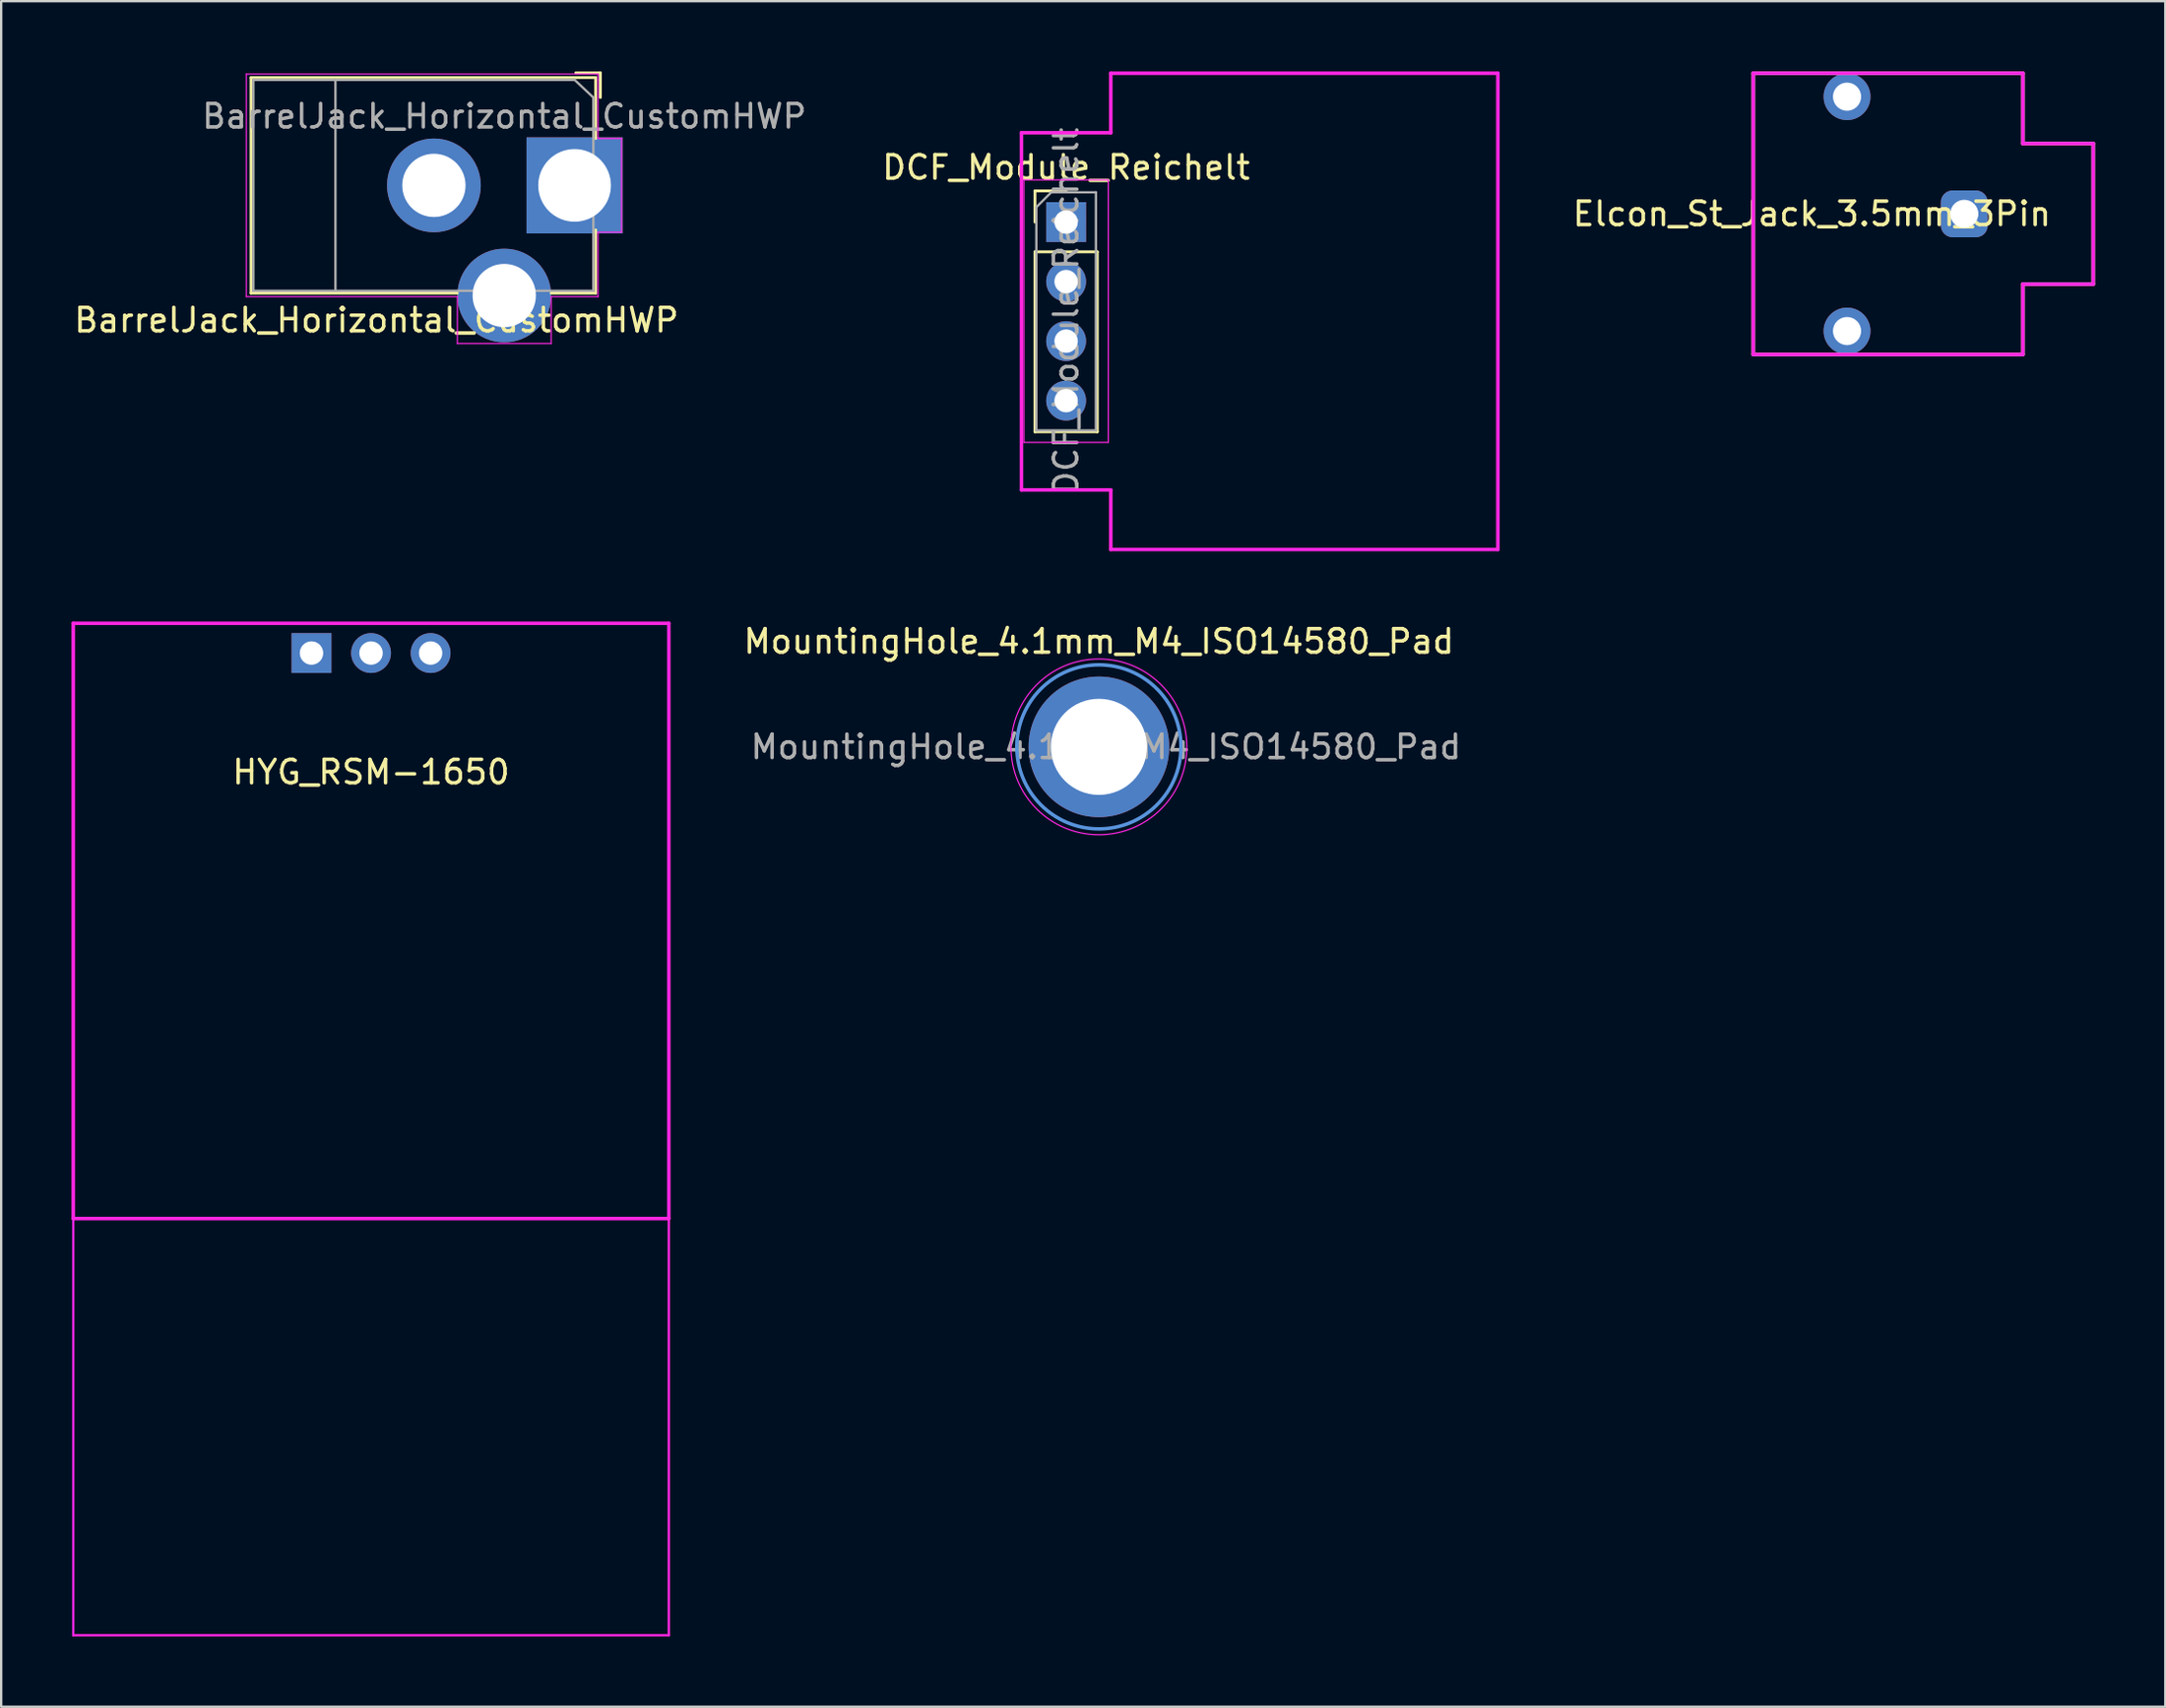
<source format=kicad_pcb>
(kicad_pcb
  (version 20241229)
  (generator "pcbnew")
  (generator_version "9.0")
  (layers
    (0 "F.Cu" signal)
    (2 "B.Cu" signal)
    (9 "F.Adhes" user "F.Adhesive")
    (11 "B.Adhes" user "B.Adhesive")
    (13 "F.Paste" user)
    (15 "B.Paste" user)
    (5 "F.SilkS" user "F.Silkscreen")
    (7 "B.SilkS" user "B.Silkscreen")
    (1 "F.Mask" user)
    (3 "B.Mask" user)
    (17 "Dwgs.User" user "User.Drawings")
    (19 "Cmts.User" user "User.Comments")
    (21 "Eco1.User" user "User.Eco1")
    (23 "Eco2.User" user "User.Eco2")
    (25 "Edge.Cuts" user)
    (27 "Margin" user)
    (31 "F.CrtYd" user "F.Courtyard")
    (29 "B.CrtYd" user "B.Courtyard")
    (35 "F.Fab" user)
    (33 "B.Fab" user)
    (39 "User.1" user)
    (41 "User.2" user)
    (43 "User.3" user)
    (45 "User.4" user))
  (footprint "BarrelJack_Horizontal_CustomHWP"
    (layer "F.Cu")
    (at 21.456 4.86)
    (property "Reference" "BarrelJack_Horizontal_CustomHWP" (at -8.45 5.75 0) (layer "F.SilkS") (effects (font (size 1 1) (thickness 0.15))))
    (attr through_hole)
    (fp_line (start -13.8 -4.6) (end 0.9 -4.6) (stroke (width 0.12) (type solid)) (layer "F.SilkS"))
    (fp_line (start -13.8 4.6) (end -13.8 -4.6) (stroke (width 0.12) (type solid)) (layer "F.SilkS"))
    (fp_line (start -5 4.6) (end -13.8 4.6) (stroke (width 0.12) (type solid)) (layer "F.SilkS"))
    (fp_line (start 0.05 -4.8) (end 1.1 -4.8) (stroke (width 0.12) (type solid)) (layer "F.SilkS"))
    (fp_line (start 0.9 -4.6) (end 0.9 -2) (stroke (width 0.12) (type solid)) (layer "F.SilkS"))
    (fp_line (start 0.9 1.9) (end 0.9 4.6) (stroke (width 0.12) (type solid)) (layer "F.SilkS"))
    (fp_line (start 0.9 4.6) (end -1 4.6) (stroke (width 0.12) (type solid)) (layer "F.SilkS"))
    (fp_line (start 1.1 -3.75) (end 1.1 -4.8) (stroke (width 0.12) (type solid)) (layer "F.SilkS"))
    (fp_line (start -14 4.75) (end -14 -4.75) (stroke (width 0.05) (type solid)) (layer "F.CrtYd"))
    (fp_line (start -5 4.75) (end -14 4.75) (stroke (width 0.05) (type solid)) (layer "F.CrtYd"))
    (fp_line (start -5 6.75) (end -5 4.75) (stroke (width 0.05) (type solid)) (layer "F.CrtYd"))
    (fp_line (start -1 4.75) (end -1 6.75) (stroke (width 0.05) (type solid)) (layer "F.CrtYd"))
    (fp_line (start -1 6.75) (end -5 6.75) (stroke (width 0.05) (type solid)) (layer "F.CrtYd"))
    (fp_line (start 1 -4.75) (end -14 -4.75) (stroke (width 0.05) (type solid)) (layer "F.CrtYd"))
    (fp_line (start 1 -4.5) (end 1 -4.75) (stroke (width 0.05) (type solid)) (layer "F.CrtYd"))
    (fp_line (start 1 -4.5) (end 1 -2) (stroke (width 0.05) (type solid)) (layer "F.CrtYd"))
    (fp_line (start 1 -2) (end 2 -2) (stroke (width 0.05) (type solid)) (layer "F.CrtYd"))
    (fp_line (start 1 2) (end 1 4.75) (stroke (width 0.05) (type solid)) (layer "F.CrtYd"))
    (fp_line (start 1 4.75) (end -1 4.75) (stroke (width 0.05) (type solid)) (layer "F.CrtYd"))
    (fp_line (start 2 -2) (end 2 2) (stroke (width 0.05) (type solid)) (layer "F.CrtYd"))
    (fp_line (start 2 2) (end 1 2) (stroke (width 0.05) (type solid)) (layer "F.CrtYd"))
    (fp_line (start -13.7 -4.5) (end -13.7 4.5) (stroke (width 0.1) (type solid)) (layer "F.Fab"))
    (fp_line (start -13.7 4.5) (end 0.8 4.5) (stroke (width 0.1) (type solid)) (layer "F.Fab"))
    (fp_line (start -10.2 -4.5) (end -10.2 4.5) (stroke (width 0.1) (type solid)) (layer "F.Fab"))
    (fp_line (start -0.003 -4.505) (end 0.8 -3.75) (stroke (width 0.1) (type solid)) (layer "F.Fab"))
    (fp_line (start 0 -4.5) (end -13.7 -4.5) (stroke (width 0.1) (type solid)) (layer "F.Fab"))
    (fp_line (start 0.8 4.5) (end 0.8 -3.75) (stroke (width 0.1) (type solid)) (layer "F.Fab"))
    (fp_text user "${REFERENCE}" (at -3 -2.95 0) (layer "F.Fab") (effects (font (size 1 1) (thickness 0.15))))
    (pad "1" thru_hole rect (at 0 0) (size 4.1 4.1) (drill 3.1) (layers "*.Cu" "*.Mask"))
    (pad "2" thru_hole circle (at -6 0) (size 4 4) (drill 2.7) (layers "*.Cu" "*.Mask"))
    (pad "3" thru_hole circle (at -3 4.7) (size 4 4) (drill 2.7) (layers "*.Cu" "*.Mask")))
  (footprint "DCF_Module_Reichelt"
    (layer "F.Cu")
    (at 42.42 6.425)
    (property "Reference" "DCF_Module_Reichelt" (at 0 -2.33 0) (layer "F.SilkS") (effects (font (size 1 1) (thickness 0.15))))
    (attr through_hole)
    (fp_line (start -1.33 -1.33) (end 0 -1.33) (stroke (width 0.12) (type solid)) (layer "F.SilkS"))
    (fp_line (start -1.33 0) (end -1.33 -1.33) (stroke (width 0.12) (type solid)) (layer "F.SilkS"))
    (fp_line (start -1.33 1.27) (end -1.33 8.95) (stroke (width 0.12) (type solid)) (layer "F.SilkS"))
    (fp_line (start -1.33 1.27) (end 1.33 1.27) (stroke (width 0.12) (type solid)) (layer "F.SilkS"))
    (fp_line (start -1.33 8.95) (end 1.33 8.95) (stroke (width 0.12) (type solid)) (layer "F.SilkS"))
    (fp_line (start 1.33 1.27) (end 1.33 8.95) (stroke (width 0.12) (type solid)) (layer "F.SilkS"))
    (fp_line (start -1.905 -3.81) (end -1.905 11.43) (stroke (width 0.15) (type solid)) (layer "F.CrtYd"))
    (fp_line (start -1.905 11.43) (end 1.905 11.43) (stroke (width 0.15) (type solid)) (layer "F.CrtYd"))
    (fp_line (start -1.8 -1.8) (end -1.8 9.4) (stroke (width 0.05) (type solid)) (layer "F.CrtYd"))
    (fp_line (start -1.8 9.4) (end 1.8 9.4) (stroke (width 0.05) (type solid)) (layer "F.CrtYd"))
    (fp_line (start 1.8 -1.8) (end -1.8 -1.8) (stroke (width 0.05) (type solid)) (layer "F.CrtYd"))
    (fp_line (start 1.8 9.4) (end 1.8 -1.8) (stroke (width 0.05) (type solid)) (layer "F.CrtYd"))
    (fp_line (start 1.905 -6.35) (end 1.905 -3.81) (stroke (width 0.15) (type solid)) (layer "F.CrtYd"))
    (fp_line (start 1.905 -3.81) (end -1.905 -3.81) (stroke (width 0.15) (type solid)) (layer "F.CrtYd"))
    (fp_line (start 1.905 11.43) (end 1.905 13.97) (stroke (width 0.15) (type solid)) (layer "F.CrtYd"))
    (fp_line (start 18.415 -6.35) (end 1.905 -6.35) (stroke (width 0.15) (type solid)) (layer "F.CrtYd"))
    (fp_line (start 18.415 13.97) (end 1.905 13.97) (stroke (width 0.15) (type solid)) (layer "F.CrtYd"))
    (fp_line (start 18.415 13.97) (end 18.415 -6.35) (stroke (width 0.15) (type solid)) (layer "F.CrtYd"))
    (fp_line (start -1.27 -0.635) (end -0.635 -1.27) (stroke (width 0.1) (type solid)) (layer "F.Fab"))
    (fp_line (start -1.27 8.89) (end -1.27 -0.635) (stroke (width 0.1) (type solid)) (layer "F.Fab"))
    (fp_line (start -0.635 -1.27) (end 1.27 -1.27) (stroke (width 0.1) (type solid)) (layer "F.Fab"))
    (fp_line (start 1.27 -1.27) (end 1.27 8.89) (stroke (width 0.1) (type solid)) (layer "F.Fab"))
    (fp_line (start 1.27 8.89) (end -1.27 8.89) (stroke (width 0.1) (type solid)) (layer "F.Fab"))
    (fp_text user "${REFERENCE}" (at 0 3.81 90) (layer "F.Fab") (effects (font (size 1 1) (thickness 0.15))))
    (pad "1" thru_hole rect (at 0 0) (size 1.7 1.7) (drill 1) (layers "*.Cu" "*.Mask"))
    (pad "2" thru_hole oval (at 0 2.54) (size 1.7 1.7) (drill 1) (layers "*.Cu" "*.Mask"))
    (pad "3" thru_hole oval (at 0 5.08) (size 1.7 1.7) (drill 1) (layers "*.Cu" "*.Mask"))
    (pad "4" thru_hole oval (at 0 7.62) (size 1.7 1.7) (drill 1) (layers "*.Cu" "*.Mask")))
  (footprint "Elcon_St_Jack_3.5mm_3Pin"
    (layer "F.Cu")
    (at 80.726 6.075)
    (property "Reference" "Elcon_St_Jack_3.5mm_3Pin" (at -6.5 0 0) (layer "F.SilkS") (effects (font (size 1 1) (thickness 0.15))))
    (attr through_hole)
    (fp_line (start -9 -6) (end 2.5 -6) (stroke (width 0.15) (type solid)) (layer "F.SilkS"))
    (fp_line (start -9 6) (end -9 -6) (stroke (width 0.15) (type solid)) (layer "F.SilkS"))
    (fp_line (start 2.5 -6) (end 2.5 -3) (stroke (width 0.15) (type solid)) (layer "F.SilkS"))
    (fp_line (start 2.5 -3) (end 5.5 -3) (stroke (width 0.15) (type solid)) (layer "F.SilkS"))
    (fp_line (start 2.5 3) (end 2.5 6) (stroke (width 0.15) (type solid)) (layer "F.SilkS"))
    (fp_line (start 2.5 6) (end -9 6) (stroke (width 0.15) (type solid)) (layer "F.SilkS"))
    (fp_line (start 5.5 -3) (end 5.5 3) (stroke (width 0.15) (type solid)) (layer "F.SilkS"))
    (fp_line (start 5.5 3) (end 2.5 3) (stroke (width 0.15) (type solid)) (layer "F.SilkS"))
    (fp_line (start -9 -6) (end 2.5 -6) (stroke (width 0.15) (type solid)) (layer "F.CrtYd"))
    (fp_line (start -9 6) (end -9 -6) (stroke (width 0.15) (type solid)) (layer "F.CrtYd"))
    (fp_line (start 2.5 -6) (end 2.5 -3) (stroke (width 0.15) (type solid)) (layer "F.CrtYd"))
    (fp_line (start 2.5 -3) (end 5.5 -3) (stroke (width 0.15) (type solid)) (layer "F.CrtYd"))
    (fp_line (start 2.5 3) (end 2.5 6) (stroke (width 0.15) (type solid)) (layer "F.CrtYd"))
    (fp_line (start 2.5 6) (end -9 6) (stroke (width 0.15) (type solid)) (layer "F.CrtYd"))
    (fp_line (start 5.5 -3) (end 5.5 3) (stroke (width 0.15) (type solid)) (layer "F.CrtYd"))
    (fp_line (start 5.5 3) (end 2.5 3) (stroke (width 0.15) (type solid)) (layer "F.CrtYd"))
    (pad "R" thru_hole circle (at -5 -5) (size 2 2) (drill 1.2) (layers "*.Cu" "*.Mask"))
    (pad "S" thru_hole roundrect (at 0 0) (size 2 2) (drill 1.2) (layers "*.Cu" "*.Mask") (roundrect_rratio 0.25))
    (pad "T" thru_hole circle (at -5 5) (size 2 2) (drill 1.2) (layers "*.Cu" "*.Mask")))
  (footprint "HYG_RSM-1650"
    (layer "F.Cu")
    (at 10.235 24.815)
    (property "Reference" "HYG_RSM-1650" (at 2.54 5.08 0) (layer "F.SilkS") (effects (font (size 1 1) (thickness 0.15))))
    (attr through_hole)
    (fp_line (start -10.16 -1.27) (end 15.24 -1.27) (stroke (width 0.15) (type solid)) (layer "F.CrtYd"))
    (fp_line (start -10.16 24.13) (end -10.16 -1.27) (stroke (width 0.15) (type solid)) (layer "F.CrtYd"))
    (fp_line (start -10.16 41.91) (end -10.16 24.13) (stroke (width 0.1) (type solid)) (layer "F.CrtYd"))
    (fp_line (start 15.24 -1.27) (end 15.24 24.13) (stroke (width 0.15) (type solid)) (layer "F.CrtYd"))
    (fp_line (start 15.24 24.13) (end -10.16 24.13) (stroke (width 0.15) (type solid)) (layer "F.CrtYd"))
    (fp_line (start 15.24 41.91) (end -10.16 41.91) (stroke (width 0.1) (type solid)) (layer "F.CrtYd"))
    (fp_line (start 15.24 41.91) (end 15.24 24.13) (stroke (width 0.1) (type solid)) (layer "F.CrtYd"))
    (pad "1" thru_hole rect (at 0 0) (size 1.7 1.7) (drill 1) (layers "*.Cu" "*.Mask"))
    (pad "2" thru_hole circle (at 2.54 0) (size 1.7 1.7) (drill 1) (layers "*.Cu" "*.Mask"))
    (pad "3" thru_hole circle (at 5.08 0) (size 1.7 1.7) (drill 1) (layers "*.Cu" "*.Mask")))
  (footprint "MountingHole_4.1mm_M4_ISO14580_Pad"
    (layer "F.Cu")
    (at 43.818 28.818)
    (property "Reference" "MountingHole_4.1mm_M4_ISO14580_Pad" (at 0 -4.5 0) (layer "F.SilkS") (effects (font (size 1 1) (thickness 0.15))))
    (attr exclude_from_pos_files exclude_from_bom)
    (fp_circle (center 0 0) (end 3.5 0) (stroke (width 0.15) (type solid)) (fill no) (layer "Cmts.User"))
    (fp_circle (center 0 0) (end 3.75 0) (stroke (width 0.05) (type solid)) (fill no) (layer "F.CrtYd"))
    (fp_text user "${REFERENCE}" (at 0.3 0 0) (layer "F.Fab") (effects (font (size 1 1) (thickness 0.15))))
    (pad "1" thru_hole circle (at 0 0) (size 6 6) (drill 4.1) (layers "*.Cu" "*.Mask")))
  (gr_rect
    (start -3 -3)
    (end 89.301 69.775)
    (stroke (width 0.1) (type default))
    (fill no)
    (layer "Edge.Cuts")))
</source>
